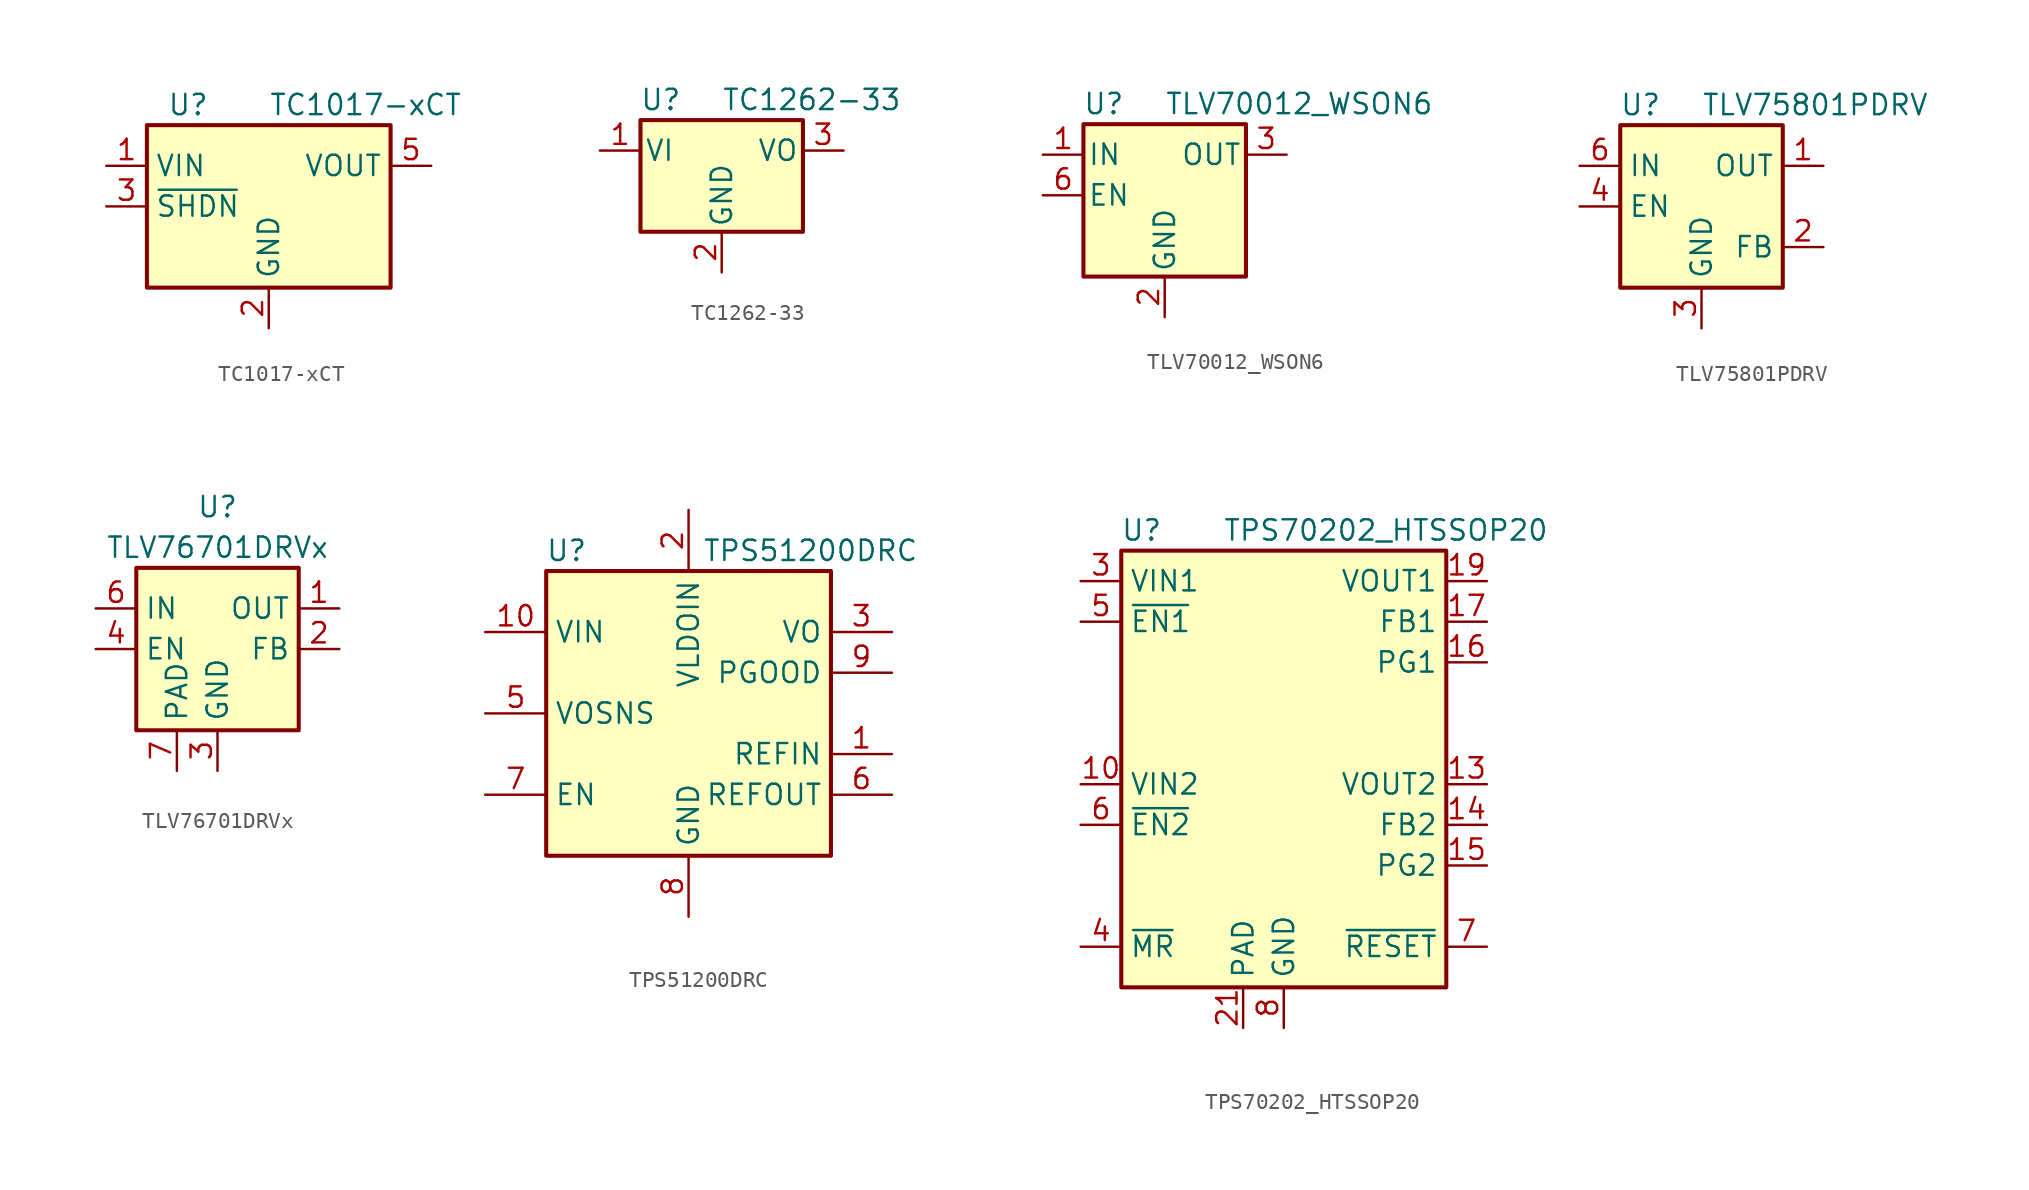
<source format=kicad_sym>
(kicad_symbol_lib
  (version 20211014)
  (generator kicad_symbol_editor)
  (symbol "TC1017-xCT"
    (property "Reference" "U"
      (at -6.35 6.35 0)
      (effects (font (size 1.27 1.27)) (justify left)))
    (property "Value" "TC1017-xCT"
      (at 0 6.35 0)
      (effects (font (size 1.27 1.27)) (justify left)))
    (symbol "TC1017-xCT_0_1"
      (rectangle (start -7.62 5.08) (end 7.62 -5.08) (stroke (width 0.254) (type default) (color 0 0 0 0)) (fill (type background))))
    (symbol "TC1017-xCT_1_1"
      (pin power_in line (at -10.16 2.54 0) (length 2.54) (name "VIN" (effects (font (size 1.27 1.27)))) (number "1" (effects (font (size 1.27 1.27)))))
      (pin power_in line (at 0 -7.62 90) (length 2.54) (name "GND" (effects (font (size 1.27 1.27)))) (number "2" (effects (font (size 1.27 1.27)))))
      (pin input line (at -10.16 0 0) (length 2.54) (name "~{SHDN}" (effects (font (size 1.27 1.27)))) (number "3" (effects (font (size 1.27 1.27)))))
      (pin no_connect line (at 7.62 0 180) (length 2.54) hide (name "NC" (effects (font (size 1.27 1.27)))) (number "4" (effects (font (size 1.27 1.27)))))
      (pin power_out line (at 10.16 2.54 180) (length 2.54) (name "VOUT" (effects (font (size 1.27 1.27)))) (number "5" (effects (font (size 1.27 1.27)))))))
  (symbol "TC1262-33"
    (pin_names
      (offset 0.254))
    (property "Reference" "U"
      (at -3.81 3.175 0)
      (effects (font (size 1.27 1.27))))
    (property "Value" "TC1262-33"
      (at 0 3.175 0)
      (effects (font (size 1.27 1.27)) (justify left)))
    (symbol "TC1262-33_1_1"
      (rectangle (start -5.08 1.905) (end 5.08 -5.08) (stroke (width 0.254) (type default) (color 0 0 0 0)) (fill (type background)))
      (pin power_in line (at -7.62 0 0) (length 2.54) (name "VI" (effects (font (size 1.27 1.27)))) (number "1" (effects (font (size 1.27 1.27)))))
      (pin power_in line (at 0 -7.62 90) (length 2.54) (name "GND" (effects (font (size 1.27 1.27)))) (number "2" (effects (font (size 1.27 1.27)))))
      (pin power_out line (at 7.62 0 180) (length 2.54) (name "VO" (effects (font (size 1.27 1.27)))) (number "3" (effects (font (size 1.27 1.27)))))))
  (symbol "TLV70012_WSON6"
    (pin_names
      (offset 0.254))
    (property "Reference" "U"
      (at -3.81 5.715 0)
      (effects (font (size 1.27 1.27))))
    (property "Value" "TLV70012_WSON6"
      (at 0 5.715 0)
      (effects (font (size 1.27 1.27)) (justify left)))
    (symbol "TLV70012_WSON6_0_1"
      (rectangle (start -5.08 4.445) (end 5.08 -5.08) (stroke (width 0.254) (type default) (color 0 0 0 0)) (fill (type background))))
    (symbol "TLV70012_WSON6_1_1"
      (pin power_in line (at -7.62 2.54 0) (length 2.54) (name "IN" (effects (font (size 1.27 1.27)))) (number "1" (effects (font (size 1.27 1.27)))))
      (pin power_in line (at 0 -7.62 90) (length 2.54) (name "GND" (effects (font (size 1.27 1.27)))) (number "2" (effects (font (size 1.27 1.27)))))
      (pin power_out line (at 7.62 2.54 180) (length 2.54) (name "OUT" (effects (font (size 1.27 1.27)))) (number "3" (effects (font (size 1.27 1.27)))))
      (pin no_connect line (at 7.62 0 180) (length 2.54) hide (name "NC" (effects (font (size 1.27 1.27)))) (number "4" (effects (font (size 1.27 1.27)))))
      (pin no_connect line (at -2.54 -7.62 90) (length 2.54) hide (name "NC" (effects (font (size 1.27 1.27)))) (number "5" (effects (font (size 1.27 1.27)))))
      (pin input line (at -7.62 0 0) (length 2.54) (name "EN" (effects (font (size 1.27 1.27)))) (number "6" (effects (font (size 1.27 1.27)))))))
  (symbol "TLV75801PDRV"
    (property "Reference" "U"
      (at -3.81 6.35 0)
      (effects (font (size 1.27 1.27))))
    (property "Value" "TLV75801PDRV"
      (at 0 6.35 0)
      (effects (font (size 1.27 1.27)) (justify left)))
    (symbol "TLV75801PDRV_0_1"
      (rectangle (start 5.08 -5.08) (end -5.08 5.08) (stroke (width 0.254) (type default) (color 0 0 0 0)) (fill (type background))))
    (symbol "TLV75801PDRV_1_1"
      (pin power_out line (at 7.62 2.54 180) (length 2.54) (name "OUT" (effects (font (size 1.27 1.27)))) (number "1" (effects (font (size 1.27 1.27)))))
      (pin input line (at 7.62 -2.54 180) (length 2.54) (name "FB" (effects (font (size 1.27 1.27)))) (number "2" (effects (font (size 1.27 1.27)))))
      (pin power_in line (at 0 -7.62 90) (length 2.54) (name "GND" (effects (font (size 1.27 1.27)))) (number "3" (effects (font (size 1.27 1.27)))))
      (pin input line (at -7.62 0 0) (length 2.54) (name "EN" (effects (font (size 1.27 1.27)))) (number "4" (effects (font (size 1.27 1.27)))))
      (pin no_connect line (at 5.08 0 180) (length 2.54) hide (name "DNC" (effects (font (size 1.27 1.27)))) (number "5" (effects (font (size 1.27 1.27)))))
      (pin power_in line (at -7.62 2.54 0) (length 2.54) (name "IN" (effects (font (size 1.27 1.27)))) (number "6" (effects (font (size 1.27 1.27)))))
      (pin passive line (at 0 -7.62 90) (length 2.54) hide (name "GND" (effects (font (size 1.27 1.27)))) (number "7" (effects (font (size 1.27 1.27)))))))
  (symbol "TLV76701DRVx"
    (property "Reference" "U"
      (at 0 8.89 0)
      (effects (font (size 1.27 1.27))))
    (property "Value" "TLV76701DRVx"
      (at 0 6.35 0)
      (effects (font (size 1.27 1.27))))
    (symbol "TLV76701DRVx_0_1"
      (rectangle (start -5.08 -5.08) (end 5.08 5.08) (stroke (width 0.254) (type default) (color 0 0 0 0)) (fill (type background))))
    (symbol "TLV76701DRVx_1_1"
      (pin power_out line (at 7.62 2.54 180) (length 2.54) (name "OUT" (effects (font (size 1.27 1.27)))) (number "1" (effects (font (size 1.27 1.27)))))
      (pin input line (at 7.62 0 180) (length 2.54) (name "FB" (effects (font (size 1.27 1.27)))) (number "2" (effects (font (size 1.27 1.27)))))
      (pin power_in line (at 0 -7.62 90) (length 2.54) (name "GND" (effects (font (size 1.27 1.27)))) (number "3" (effects (font (size 1.27 1.27)))))
      (pin input line (at -7.62 0 0) (length 2.54) (name "EN" (effects (font (size 1.27 1.27)))) (number "4" (effects (font (size 1.27 1.27)))))
      (pin passive line (at 0 -7.62 90) (length 2.54) hide (name "GND" (effects (font (size 1.27 1.27)))) (number "5" (effects (font (size 1.27 1.27)))))
      (pin power_in line (at -7.62 2.54 0) (length 2.54) (name "IN" (effects (font (size 1.27 1.27)))) (number "6" (effects (font (size 1.27 1.27)))))
      (pin passive line (at -2.54 -7.62 90) (length 2.54) (name "PAD" (effects (font (size 1.27 1.27)))) (number "7" (effects (font (size 1.27 1.27)))))))
  (symbol "TPS51200DRC"
    (property "Reference" "U"
      (at -7.62 10.16 0)
      (effects (font (size 1.27 1.27))))
    (property "Value" "TPS51200DRC"
      (at 7.62 10.16 0)
      (effects (font (size 1.27 1.27))))
    (symbol "TPS51200DRC_0_1"
      (rectangle (start -8.89 -8.89) (end 8.89 8.89) (stroke (width 0.254) (type default) (color 0 0 0 0)) (fill (type background)))
      (pin input line (at 12.7 -2.54 180) (length 3.81) (name "REFIN" (effects (font (size 1.27 1.27)))) (number "1" (effects (font (size 1.27 1.27)))))
      (pin power_in line (at -12.7 5.08 0) (length 3.81) (name "VIN" (effects (font (size 1.27 1.27)))) (number "10" (effects (font (size 1.27 1.27)))))
      (pin passive line (at 0 -12.7 90) (length 3.81) hide (name "GND" (effects (font (size 1.27 1.27)))) (number "11" (effects (font (size 1.27 1.27)))))
      (pin power_in line (at 0 12.7 270) (length 3.81) (name "VLDOIN" (effects (font (size 1.27 1.27)))) (number "2" (effects (font (size 1.27 1.27)))))
      (pin power_out line (at 12.7 5.08 180) (length 3.81) (name "VO" (effects (font (size 1.27 1.27)))) (number "3" (effects (font (size 1.27 1.27)))))
      (pin passive line (at 0 -12.7 90) (length 3.81) hide (name "GND" (effects (font (size 1.27 1.27)))) (number "4" (effects (font (size 1.27 1.27)))))
      (pin input line (at -12.7 0 0) (length 3.81) (name "VOSNS" (effects (font (size 1.27 1.27)))) (number "5" (effects (font (size 1.27 1.27)))))
      (pin output line (at 12.7 -5.08 180) (length 3.81) (name "REFOUT" (effects (font (size 1.27 1.27)))) (number "6" (effects (font (size 1.27 1.27)))))
      (pin input line (at -12.7 -5.08 0) (length 3.81) (name "EN" (effects (font (size 1.27 1.27)))) (number "7" (effects (font (size 1.27 1.27)))))
      (pin power_in line (at 0 -12.7 90) (length 3.81) (name "GND" (effects (font (size 1.27 1.27)))) (number "8" (effects (font (size 1.27 1.27)))))
      (pin open_collector line (at 12.7 2.54 180) (length 3.81) (name "PGOOD" (effects (font (size 1.27 1.27)))) (number "9" (effects (font (size 1.27 1.27)))))))
  (symbol "TPS70202_HTSSOP20"
    (property "Reference" "U"
      (at -8.89 15.875 0)
      (effects (font (size 1.27 1.27))))
    (property "Value" "TPS70202_HTSSOP20"
      (at -3.81 15.875 0)
      (effects (font (size 1.27 1.27)) (justify left)))
    (symbol "TPS70202_HTSSOP20_0_1"
      (rectangle (start -10.16 14.605) (end 10.16 -12.7) (stroke (width 0.254) (type default) (color 0 0 0 0)) (fill (type background))))
    (symbol "TPS70202_HTSSOP20_1_1"
      (pin no_connect line (at -12.7 7.62 0) (length 2.54) hide (name "NC" (effects (font (size 1.27 1.27)))) (number "1" (effects (font (size 1.27 1.27)))))
      (pin power_in line (at -12.7 0 0) (length 2.54) (name "VIN2" (effects (font (size 1.27 1.27)))) (number "10" (effects (font (size 1.27 1.27)))))
      (pin no_connect line (at -12.7 5.08 0) (length 2.54) hide (name "NC" (effects (font (size 1.27 1.27)))) (number "11" (effects (font (size 1.27 1.27)))))
      (pin passive line (at 12.7 0 180) (length 2.54) hide (name "VOUT2" (effects (font (size 1.27 1.27)))) (number "12" (effects (font (size 1.27 1.27)))))
      (pin power_out line (at 12.7 0 180) (length 2.54) (name "VOUT2" (effects (font (size 1.27 1.27)))) (number "13" (effects (font (size 1.27 1.27)))))
      (pin input line (at 12.7 -2.54 180) (length 2.54) (name "FB2" (effects (font (size 1.27 1.27)))) (number "14" (effects (font (size 1.27 1.27)))))
      (pin open_collector line (at 12.7 -5.08 180) (length 2.54) (name "PG2" (effects (font (size 1.27 1.27)))) (number "15" (effects (font (size 1.27 1.27)))))
      (pin open_collector line (at 12.7 7.62 180) (length 2.54) (name "PG1" (effects (font (size 1.27 1.27)))) (number "16" (effects (font (size 1.27 1.27)))))
      (pin input line (at 12.7 10.16 180) (length 2.54) (name "FB1" (effects (font (size 1.27 1.27)))) (number "17" (effects (font (size 1.27 1.27)))))
      (pin passive line (at 12.7 12.7 180) (length 2.54) hide (name "VOUT1" (effects (font (size 1.27 1.27)))) (number "18" (effects (font (size 1.27 1.27)))))
      (pin power_out line (at 12.7 12.7 180) (length 2.54) (name "VOUT1" (effects (font (size 1.27 1.27)))) (number "19" (effects (font (size 1.27 1.27)))))
      (pin passive line (at -12.7 12.7 0) (length 2.54) hide (name "VIN1" (effects (font (size 1.27 1.27)))) (number "2" (effects (font (size 1.27 1.27)))))
      (pin no_connect line (at -12.7 -5.08 0) (length 2.54) hide (name "NC" (effects (font (size 1.27 1.27)))) (number "20" (effects (font (size 1.27 1.27)))))
      (pin power_in line (at -2.54 -15.24 90) (length 2.54) (name "PAD" (effects (font (size 1.27 1.27)))) (number "21" (effects (font (size 1.27 1.27)))))
      (pin power_in line (at -12.7 12.7 0) (length 2.54) (name "VIN1" (effects (font (size 1.27 1.27)))) (number "3" (effects (font (size 1.27 1.27)))))
      (pin input line (at -12.7 -10.16 0) (length 2.54) (name "~{MR}" (effects (font (size 1.27 1.27)))) (number "4" (effects (font (size 1.27 1.27)))))
      (pin input line (at -12.7 10.16 0) (length 2.54) (name "~{EN1}" (effects (font (size 1.27 1.27)))) (number "5" (effects (font (size 1.27 1.27)))))
      (pin input line (at -12.7 -2.54 0) (length 2.54) (name "~{EN2}" (effects (font (size 1.27 1.27)))) (number "6" (effects (font (size 1.27 1.27)))))
      (pin open_collector line (at 12.7 -10.16 180) (length 2.54) (name "~{RESET}" (effects (font (size 1.27 1.27)))) (number "7" (effects (font (size 1.27 1.27)))))
      (pin power_in line (at 0 -15.24 90) (length 2.54) (name "GND" (effects (font (size 1.27 1.27)))) (number "8" (effects (font (size 1.27 1.27)))))
      (pin passive line (at -12.7 0 0) (length 2.54) hide (name "VIN2" (effects (font (size 1.27 1.27)))) (number "9" (effects (font (size 1.27 1.27))))))))
</source>
